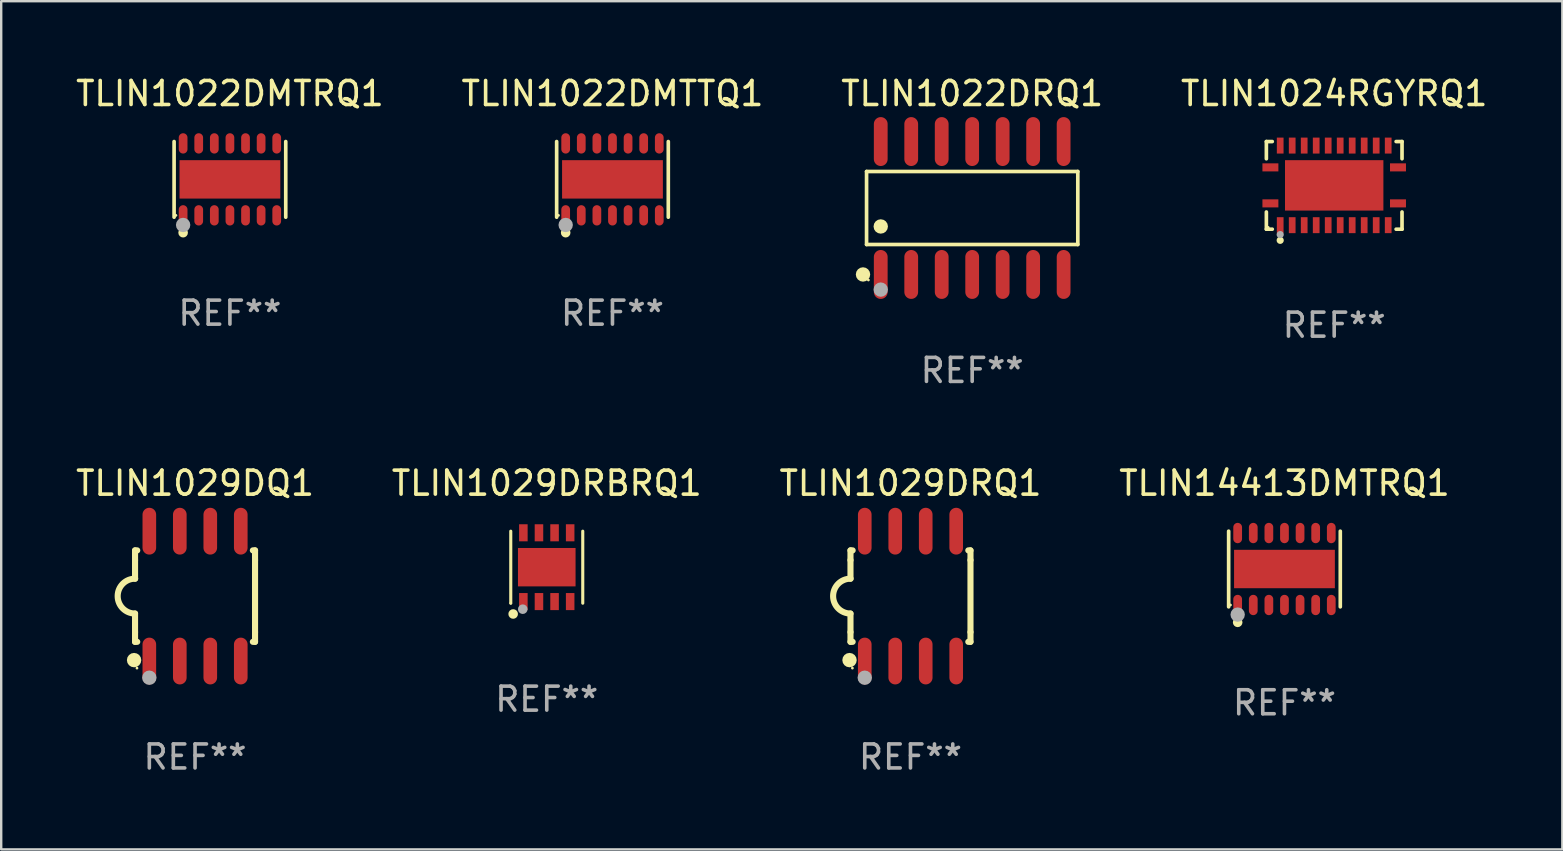
<source format=kicad_pcb>
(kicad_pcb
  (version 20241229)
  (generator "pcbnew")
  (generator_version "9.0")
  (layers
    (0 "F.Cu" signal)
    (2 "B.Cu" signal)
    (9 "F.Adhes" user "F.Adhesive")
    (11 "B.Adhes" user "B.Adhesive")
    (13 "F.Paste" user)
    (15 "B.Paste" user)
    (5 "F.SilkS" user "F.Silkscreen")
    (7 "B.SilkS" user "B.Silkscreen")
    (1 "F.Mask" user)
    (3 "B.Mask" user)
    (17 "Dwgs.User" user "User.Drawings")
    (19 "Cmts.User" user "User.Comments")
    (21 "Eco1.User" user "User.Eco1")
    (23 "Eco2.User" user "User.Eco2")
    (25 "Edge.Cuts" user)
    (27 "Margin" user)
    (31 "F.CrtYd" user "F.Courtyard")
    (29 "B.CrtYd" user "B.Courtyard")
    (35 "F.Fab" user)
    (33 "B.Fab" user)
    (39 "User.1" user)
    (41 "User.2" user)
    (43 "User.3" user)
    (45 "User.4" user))
  (footprint "TLIN14413DMTRQ1"
    (layer "F.Cu")
    (at 50.47 20.659)
    (property "Reference" "TLIN14413DMTRQ1" (at 0 -3.576 0) (layer "F.SilkS") (effects (font (size 1 1) (thickness 0.15))))
    (attr through_hole)
    (fp_line (start -2.326 1.576) (end -2.326 -1.576) (stroke (width 0.152) (type solid)) (layer "F.SilkS"))
    (fp_line (start 2.326 -1.576) (end 2.326 1.576) (stroke (width 0.152) (type solid)) (layer "F.SilkS"))
    (fp_circle (center -2.25 1.5) (end -2.22 1.5) (stroke (width 0.06) (type solid)) (fill no) (layer "F.SilkS"))
    (fp_circle (center -1.95 2.222) (end -1.85 2.222) (stroke (width 0.2) (type solid)) (fill no) (layer "F.SilkS"))
    (fp_circle (center -1.95 1.9) (end -1.8 1.9) (stroke (width 0.3) (type solid)) (fill no) (layer "F.Fab"))
    (fp_text user "REF**" (at 0 5.576 0) (layer "F.Fab") (effects (font (size 1 1) (thickness 0.15))))
    (pad "1" smd oval (at -1.95 1.499) (size 0.364 0.847) (layers "F.Cu" "F.Mask" "F.Paste"))
    (pad "2" smd oval (at -1.3 1.499) (size 0.364 0.847) (layers "F.Cu" "F.Mask" "F.Paste"))
    (pad "3" smd oval (at -0.65 1.499) (size 0.364 0.847) (layers "F.Cu" "F.Mask" "F.Paste"))
    (pad "4" smd oval (at 0 1.499) (size 0.364 0.847) (layers "F.Cu" "F.Mask" "F.Paste"))
    (pad "5" smd oval (at 0.65 1.499) (size 0.364 0.847) (layers "F.Cu" "F.Mask" "F.Paste"))
    (pad "6" smd oval (at 1.3 1.499) (size 0.364 0.847) (layers "F.Cu" "F.Mask" "F.Paste"))
    (pad "7" smd oval (at 1.95 1.499) (size 0.364 0.847) (layers "F.Cu" "F.Mask" "F.Paste"))
    (pad "8" smd oval (at 1.95 -1.499) (size 0.364 0.847) (layers "F.Cu" "F.Mask" "F.Paste"))
    (pad "9" smd oval (at 1.3 -1.499) (size 0.364 0.847) (layers "F.Cu" "F.Mask" "F.Paste"))
    (pad "10" smd oval (at 0.65 -1.499) (size 0.364 0.847) (layers "F.Cu" "F.Mask" "F.Paste"))
    (pad "11" smd oval (at 0 -1.499) (size 0.364 0.847) (layers "F.Cu" "F.Mask" "F.Paste"))
    (pad "12" smd oval (at -0.65 -1.499) (size 0.364 0.847) (layers "F.Cu" "F.Mask" "F.Paste"))
    (pad "13" smd oval (at -1.3 -1.499) (size 0.364 0.847) (layers "F.Cu" "F.Mask" "F.Paste"))
    (pad "14" smd oval (at -1.95 -1.499) (size 0.364 0.847) (layers "F.Cu" "F.Mask" "F.Paste"))
    (pad "15" smd rect (at 0 0) (size 4.2 1.6) (layers "F.Cu" "F.Mask" "F.Paste")))
  (footprint "TLIN1029DQ1"
    (layer "F.Cu")
    (at 5.077 21.788)
    (property "Reference" "TLIN1029DQ1" (at 0 -4.705 0) (layer "F.SilkS") (effects (font (size 1 1) (thickness 0.15))))
    (attr through_hole)
    (fp_line (start -2.5 -1.905) (end -2.409 -1.905) (stroke (width 0.254) (type solid)) (layer "F.SilkS"))
    (fp_line (start -2.5 -1.5) (end -2.5 -1.905) (stroke (width 0.254) (type solid)) (layer "F.SilkS"))
    (fp_line (start -2.5 -1.5) (end -2.5 -0.726) (stroke (width 0.254) (type solid)) (layer "F.SilkS"))
    (fp_line (start -2.5 1.5) (end -2.5 0.727) (stroke (width 0.254) (type solid)) (layer "F.SilkS"))
    (fp_line (start -2.5 1.5) (end -2.5 1.905) (stroke (width 0.254) (type solid)) (layer "F.SilkS"))
    (fp_line (start -2.5 1.905) (end -2.409 1.905) (stroke (width 0.254) (type solid)) (layer "F.SilkS"))
    (fp_line (start 2.5 -1.905) (end 2.409 -1.905) (stroke (width 0.254) (type solid)) (layer "F.SilkS"))
    (fp_line (start 2.5 -1.5) (end 2.5 -1.905) (stroke (width 0.254) (type solid)) (layer "F.SilkS"))
    (fp_line (start 2.5 -1.5) (end 2.5 1.5) (stroke (width 0.254) (type solid)) (layer "F.SilkS"))
    (fp_line (start 2.5 1.5) (end 2.5 1.905) (stroke (width 0.254) (type solid)) (layer "F.SilkS"))
    (fp_line (start 2.5 1.905) (end 2.409 1.905) (stroke (width 0.254) (type solid)) (layer "F.SilkS"))
    (fp_arc (start -2.5 0.726568) (mid -3.220316 -0.0023) (end -2.495097 -0.726289) (stroke (width 0.254001) (type solid)) (layer "F.SilkS"))
    (fp_circle (center -2.54 2.667) (end -2.39 2.667) (stroke (width 0.3) (type solid)) (fill no) (layer "F.SilkS"))
    (fp_circle (center -2.42 3) (end -2.39 3) (stroke (width 0.06) (type solid)) (fill no) (layer "F.SilkS"))
    (fp_circle (center -1.905 3.4) (end -1.755 3.4) (stroke (width 0.3) (type solid)) (fill no) (layer "F.Fab"))
    (fp_text user "REF**" (at 0 6.705 0) (layer "F.Fab") (effects (font (size 1 1) (thickness 0.15))))
    (pad "1" smd oval (at -1.905 2.705) (size 0.568 1.95) (layers "F.Cu" "F.Mask" "F.Paste"))
    (pad "2" smd oval (at -0.635 2.705) (size 0.568 1.95) (layers "F.Cu" "F.Mask" "F.Paste"))
    (pad "3" smd oval (at 0.635 2.705) (size 0.568 1.95) (layers "F.Cu" "F.Mask" "F.Paste"))
    (pad "4" smd oval (at 1.905 2.705) (size 0.568 1.95) (layers "F.Cu" "F.Mask" "F.Paste"))
    (pad "5" smd oval (at 1.905 -2.705) (size 0.568 1.95) (layers "F.Cu" "F.Mask" "F.Paste"))
    (pad "6" smd oval (at 0.635 -2.705) (size 0.568 1.95) (layers "F.Cu" "F.Mask" "F.Paste"))
    (pad "7" smd oval (at -0.635 -2.705) (size 0.568 1.95) (layers "F.Cu" "F.Mask" "F.Paste"))
    (pad "8" smd oval (at -1.905 -2.705) (size 0.568 1.95) (layers "F.Cu" "F.Mask" "F.Paste")))
  (footprint "TLIN1022DMTRQ1"
    (layer "F.Cu")
    (at 6.53 4.424)
    (property "Reference" "TLIN1022DMTRQ1" (at 0 -3.576 0) (layer "F.SilkS") (effects (font (size 1 1) (thickness 0.15))))
    (attr through_hole)
    (fp_line (start -2.326 1.576) (end -2.326 -1.576) (stroke (width 0.152) (type solid)) (layer "F.SilkS"))
    (fp_line (start 2.326 -1.576) (end 2.326 1.576) (stroke (width 0.152) (type solid)) (layer "F.SilkS"))
    (fp_circle (center -2.25 1.5) (end -2.22 1.5) (stroke (width 0.06) (type solid)) (fill no) (layer "F.SilkS"))
    (fp_circle (center -1.95 2.222) (end -1.85 2.222) (stroke (width 0.2) (type solid)) (fill no) (layer "F.SilkS"))
    (fp_circle (center -1.95 1.9) (end -1.8 1.9) (stroke (width 0.3) (type solid)) (fill no) (layer "F.Fab"))
    (fp_text user "REF**" (at 0 5.576 0) (layer "F.Fab") (effects (font (size 1 1) (thickness 0.15))))
    (pad "1" smd oval (at -1.95 1.499) (size 0.364 0.847) (layers "F.Cu" "F.Mask" "F.Paste"))
    (pad "2" smd oval (at -1.3 1.499) (size 0.364 0.847) (layers "F.Cu" "F.Mask" "F.Paste"))
    (pad "3" smd oval (at -0.65 1.499) (size 0.364 0.847) (layers "F.Cu" "F.Mask" "F.Paste"))
    (pad "4" smd oval (at 0 1.499) (size 0.364 0.847) (layers "F.Cu" "F.Mask" "F.Paste"))
    (pad "5" smd oval (at 0.65 1.499) (size 0.364 0.847) (layers "F.Cu" "F.Mask" "F.Paste"))
    (pad "6" smd oval (at 1.3 1.499) (size 0.364 0.847) (layers "F.Cu" "F.Mask" "F.Paste"))
    (pad "7" smd oval (at 1.95 1.499) (size 0.364 0.847) (layers "F.Cu" "F.Mask" "F.Paste"))
    (pad "8" smd oval (at 1.95 -1.499) (size 0.364 0.847) (layers "F.Cu" "F.Mask" "F.Paste"))
    (pad "9" smd oval (at 1.3 -1.499) (size 0.364 0.847) (layers "F.Cu" "F.Mask" "F.Paste"))
    (pad "10" smd oval (at 0.65 -1.499) (size 0.364 0.847) (layers "F.Cu" "F.Mask" "F.Paste"))
    (pad "11" smd oval (at 0 -1.499) (size 0.364 0.847) (layers "F.Cu" "F.Mask" "F.Paste"))
    (pad "12" smd oval (at -0.65 -1.499) (size 0.364 0.847) (layers "F.Cu" "F.Mask" "F.Paste"))
    (pad "13" smd oval (at -1.3 -1.499) (size 0.364 0.847) (layers "F.Cu" "F.Mask" "F.Paste"))
    (pad "14" smd oval (at -1.95 -1.499) (size 0.364 0.847) (layers "F.Cu" "F.Mask" "F.Paste"))
    (pad "15" smd rect (at 0 0) (size 4.2 1.6) (layers "F.Cu" "F.Mask" "F.Paste")))
  (footprint "TLIN1029DRBRQ1"
    (layer "F.Cu")
    (at 19.732 20.583)
    (property "Reference" "TLIN1029DRBRQ1" (at 0 -3.5 0) (layer "F.SilkS") (effects (font (size 1 1) (thickness 0.15))))
    (attr through_hole)
    (fp_line (start -1.5 1.5) (end -1.5 -1.5) (stroke (width 0.129) (type solid)) (layer "F.SilkS"))
    (fp_line (start 1.5 -1.5) (end 1.5 1.5) (stroke (width 0.129) (type solid)) (layer "F.SilkS"))
    (fp_circle (center -1.5 1.5) (end -1.47 1.5) (stroke (width 0.06) (type solid)) (fill no) (layer "F.SilkS"))
    (fp_circle (center -1.4 1.95) (end -1.3 1.95) (stroke (width 0.2) (type solid)) (fill no) (layer "F.SilkS"))
    (fp_circle (center -1 1.75) (end -0.9 1.75) (stroke (width 0.2) (type solid)) (fill no) (layer "F.Fab"))
    (fp_text user "REF**" (at 0 5.5 0) (layer "F.Fab") (effects (font (size 1 1) (thickness 0.15))))
    (pad "1" smd rect (at -0.975 1.433) (size 0.356 0.711) (layers "F.Cu" "F.Mask" "F.Paste"))
    (pad "2" smd rect (at -0.325 1.433) (size 0.356 0.711) (layers "F.Cu" "F.Mask" "F.Paste"))
    (pad "3" smd rect (at 0.325 1.433) (size 0.356 0.711) (layers "F.Cu" "F.Mask" "F.Paste"))
    (pad "4" smd rect (at 0.975 1.433) (size 0.356 0.711) (layers "F.Cu" "F.Mask" "F.Paste"))
    (pad "5" smd rect (at 0.975 -1.433) (size 0.356 0.711) (layers "F.Cu" "F.Mask" "F.Paste"))
    (pad "6" smd rect (at 0.325 -1.433) (size 0.356 0.711) (layers "F.Cu" "F.Mask" "F.Paste"))
    (pad "7" smd rect (at -0.325 -1.433) (size 0.356 0.711) (layers "F.Cu" "F.Mask" "F.Paste"))
    (pad "8" smd rect (at -0.975 -1.433) (size 0.356 0.711) (layers "F.Cu" "F.Mask" "F.Paste"))
    (pad "9" smd rect (at 0 0) (size 2.4 1.6) (layers "F.Cu" "F.Mask" "F.Paste")))
  (footprint "TLIN1022DRQ1"
    (layer "F.Cu")
    (at 37.458 5.617)
    (property "Reference" "TLIN1022DRQ1" (at 0 -4.769 0) (layer "F.SilkS") (effects (font (size 1 1) (thickness 0.15))))
    (attr through_hole)
    (fp_line (start -4.401 -1.521) (end 4.401 -1.521) (stroke (width 0.152) (type solid)) (layer "F.SilkS"))
    (fp_line (start -4.401 1.521) (end -4.401 -1.521) (stroke (width 0.152) (type solid)) (layer "F.SilkS"))
    (fp_line (start 4.401 -1.521) (end 4.401 1.521) (stroke (width 0.152) (type solid)) (layer "F.SilkS"))
    (fp_line (start 4.401 1.521) (end -4.401 1.521) (stroke (width 0.152) (type solid)) (layer "F.SilkS"))
    (fp_circle (center -4.549 2.769) (end -4.399 2.769) (stroke (width 0.3) (type solid)) (fill no) (layer "F.SilkS"))
    (fp_circle (center -4.325 3) (end -4.295 3) (stroke (width 0.06) (type solid)) (fill no) (layer "F.SilkS"))
    (fp_circle (center -3.81 0.769) (end -3.66 0.769) (stroke (width 0.3) (type solid)) (fill no) (layer "F.SilkS"))
    (fp_circle (center -3.81 3.4) (end -3.66 3.4) (stroke (width 0.3) (type solid)) (fill no) (layer "F.Fab"))
    (fp_text user "REF**" (at 0 6.769 0) (layer "F.Fab") (effects (font (size 1 1) (thickness 0.15))))
    (pad "1" smd oval (at -3.81 2.769) (size 0.574 2.038) (layers "F.Cu" "F.Mask" "F.Paste"))
    (pad "2" smd oval (at -2.54 2.769) (size 0.574 2.038) (layers "F.Cu" "F.Mask" "F.Paste"))
    (pad "3" smd oval (at -1.27 2.769) (size 0.574 2.038) (layers "F.Cu" "F.Mask" "F.Paste"))
    (pad "4" smd oval (at 0 2.769) (size 0.574 2.038) (layers "F.Cu" "F.Mask" "F.Paste"))
    (pad "5" smd oval (at 1.27 2.769) (size 0.574 2.038) (layers "F.Cu" "F.Mask" "F.Paste"))
    (pad "6" smd oval (at 2.54 2.769) (size 0.574 2.038) (layers "F.Cu" "F.Mask" "F.Paste"))
    (pad "7" smd oval (at 3.81 2.769) (size 0.574 2.038) (layers "F.Cu" "F.Mask" "F.Paste"))
    (pad "8" smd oval (at 3.81 -2.769) (size 0.574 2.038) (layers "F.Cu" "F.Mask" "F.Paste"))
    (pad "9" smd oval (at 2.54 -2.769) (size 0.574 2.038) (layers "F.Cu" "F.Mask" "F.Paste"))
    (pad "10" smd oval (at 1.27 -2.769) (size 0.574 2.038) (layers "F.Cu" "F.Mask" "F.Paste"))
    (pad "11" smd oval (at 0 -2.769) (size 0.574 2.038) (layers "F.Cu" "F.Mask" "F.Paste"))
    (pad "12" smd oval (at -1.27 -2.769) (size 0.574 2.038) (layers "F.Cu" "F.Mask" "F.Paste"))
    (pad "13" smd oval (at -2.54 -2.769) (size 0.574 2.038) (layers "F.Cu" "F.Mask" "F.Paste"))
    (pad "14" smd oval (at -3.81 -2.769) (size 0.574 2.038) (layers "F.Cu" "F.Mask" "F.Paste")))
  (footprint "TLIN1029DRQ1"
    (layer "F.Cu")
    (at 34.887 21.788)
    (property "Reference" "TLIN1029DRQ1" (at 0 -4.705 0) (layer "F.SilkS") (effects (font (size 1 1) (thickness 0.15))))
    (attr through_hole)
    (fp_line (start -2.5 -1.905) (end -2.409 -1.905) (stroke (width 0.254) (type solid)) (layer "F.SilkS"))
    (fp_line (start -2.5 -1.5) (end -2.5 -1.905) (stroke (width 0.254) (type solid)) (layer "F.SilkS"))
    (fp_line (start -2.5 -1.5) (end -2.5 -0.726) (stroke (width 0.254) (type solid)) (layer "F.SilkS"))
    (fp_line (start -2.5 1.5) (end -2.5 0.727) (stroke (width 0.254) (type solid)) (layer "F.SilkS"))
    (fp_line (start -2.5 1.5) (end -2.5 1.905) (stroke (width 0.254) (type solid)) (layer "F.SilkS"))
    (fp_line (start -2.5 1.905) (end -2.409 1.905) (stroke (width 0.254) (type solid)) (layer "F.SilkS"))
    (fp_line (start 2.5 -1.905) (end 2.409 -1.905) (stroke (width 0.254) (type solid)) (layer "F.SilkS"))
    (fp_line (start 2.5 -1.5) (end 2.5 -1.905) (stroke (width 0.254) (type solid)) (layer "F.SilkS"))
    (fp_line (start 2.5 -1.5) (end 2.5 1.5) (stroke (width 0.254) (type solid)) (layer "F.SilkS"))
    (fp_line (start 2.5 1.5) (end 2.5 1.905) (stroke (width 0.254) (type solid)) (layer "F.SilkS"))
    (fp_line (start 2.5 1.905) (end 2.409 1.905) (stroke (width 0.254) (type solid)) (layer "F.SilkS"))
    (fp_arc (start -2.5 0.726568) (mid -3.220316 -0.0023) (end -2.495097 -0.726289) (stroke (width 0.254001) (type solid)) (layer "F.SilkS"))
    (fp_circle (center -2.54 2.667) (end -2.39 2.667) (stroke (width 0.3) (type solid)) (fill no) (layer "F.SilkS"))
    (fp_circle (center -2.42 3) (end -2.39 3) (stroke (width 0.06) (type solid)) (fill no) (layer "F.SilkS"))
    (fp_circle (center -1.905 3.4) (end -1.755 3.4) (stroke (width 0.3) (type solid)) (fill no) (layer "F.Fab"))
    (fp_text user "REF**" (at 0 6.705 0) (layer "F.Fab") (effects (font (size 1 1) (thickness 0.15))))
    (pad "1" smd oval (at -1.905 2.705) (size 0.568 1.95) (layers "F.Cu" "F.Mask" "F.Paste"))
    (pad "2" smd oval (at -0.635 2.705) (size 0.568 1.95) (layers "F.Cu" "F.Mask" "F.Paste"))
    (pad "3" smd oval (at 0.635 2.705) (size 0.568 1.95) (layers "F.Cu" "F.Mask" "F.Paste"))
    (pad "4" smd oval (at 1.905 2.705) (size 0.568 1.95) (layers "F.Cu" "F.Mask" "F.Paste"))
    (pad "5" smd oval (at 1.905 -2.705) (size 0.568 1.95) (layers "F.Cu" "F.Mask" "F.Paste"))
    (pad "6" smd oval (at 0.635 -2.705) (size 0.568 1.95) (layers "F.Cu" "F.Mask" "F.Paste"))
    (pad "7" smd oval (at -0.635 -2.705) (size 0.568 1.95) (layers "F.Cu" "F.Mask" "F.Paste"))
    (pad "8" smd oval (at -1.905 -2.705) (size 0.568 1.95) (layers "F.Cu" "F.Mask" "F.Paste")))
  (footprint "TLIN1024RGYRQ1"
    (layer "F.Cu")
    (at 52.542 4.674)
    (property "Reference" "TLIN1024RGYRQ1" (at 0 -3.826 0) (layer "F.SilkS") (effects (font (size 1 1) (thickness 0.15))))
    (attr through_hole)
    (fp_line (start -2.826 -1.826) (end -2.58 -1.826) (stroke (width 0.152) (type solid)) (layer "F.SilkS"))
    (fp_line (start -2.826 -1.109) (end -2.826 -1.826) (stroke (width 0.152) (type solid)) (layer "F.SilkS"))
    (fp_line (start -2.826 1.109) (end -2.826 1.826) (stroke (width 0.152) (type solid)) (layer "F.SilkS"))
    (fp_line (start -2.826 1.826) (end -2.58 1.826) (stroke (width 0.152) (type solid)) (layer "F.SilkS"))
    (fp_line (start 2.826 -1.826) (end 2.58 -1.826) (stroke (width 0.152) (type solid)) (layer "F.SilkS"))
    (fp_line (start 2.826 -1.109) (end 2.826 -1.826) (stroke (width 0.152) (type solid)) (layer "F.SilkS"))
    (fp_line (start 2.826 1.109) (end 2.826 1.826) (stroke (width 0.152) (type solid)) (layer "F.SilkS"))
    (fp_line (start 2.826 1.826) (end 2.58 1.826) (stroke (width 0.152) (type solid)) (layer "F.SilkS"))
    (fp_circle (center -2.75 1.75) (end -2.72 1.75) (stroke (width 0.06) (type solid)) (fill no) (layer "F.SilkS"))
    (fp_circle (center -2.25 2.29) (end -2.175 2.29) (stroke (width 0.15) (type solid)) (fill no) (layer "F.SilkS"))
    (fp_circle (center -2.25 2.05) (end -2.175 2.05) (stroke (width 0.15) (type solid)) (fill no) (layer "F.Fab"))
    (fp_text user "REF**" (at 0 5.826 0) (layer "F.Fab") (effects (font (size 1 1) (thickness 0.15))))
    (pad "1" smd rect (at -2.25 1.658) (size 0.28 0.665) (layers "F.Cu" "F.Mask" "F.Paste"))
    (pad "2" smd rect (at -1.75 1.658) (size 0.28 0.665) (layers "F.Cu" "F.Mask" "F.Paste"))
    (pad "3" smd rect (at -1.25 1.658) (size 0.28 0.665) (layers "F.Cu" "F.Mask" "F.Paste"))
    (pad "4" smd rect (at -0.75 1.658) (size 0.28 0.665) (layers "F.Cu" "F.Mask" "F.Paste"))
    (pad "5" smd rect (at -0.25 1.658) (size 0.28 0.665) (layers "F.Cu" "F.Mask" "F.Paste"))
    (pad "6" smd rect (at 0.25 1.658) (size 0.28 0.665) (layers "F.Cu" "F.Mask" "F.Paste"))
    (pad "7" smd rect (at 0.75 1.658) (size 0.28 0.665) (layers "F.Cu" "F.Mask" "F.Paste"))
    (pad "8" smd rect (at 1.25 1.658) (size 0.28 0.665) (layers "F.Cu" "F.Mask" "F.Paste"))
    (pad "9" smd rect (at 1.75 1.658) (size 0.28 0.665) (layers "F.Cu" "F.Mask" "F.Paste"))
    (pad "10" smd rect (at 2.25 1.658) (size 0.28 0.665) (layers "F.Cu" "F.Mask" "F.Paste"))
    (pad "11" smd rect (at 2.658 0.75) (size 0.665 0.336) (layers "F.Cu" "F.Mask" "F.Paste"))
    (pad "12" smd rect (at 2.658 -0.75) (size 0.665 0.336) (layers "F.Cu" "F.Mask" "F.Paste"))
    (pad "13" smd rect (at 2.25 -1.658) (size 0.28 0.665) (layers "F.Cu" "F.Mask" "F.Paste"))
    (pad "14" smd rect (at 1.75 -1.658) (size 0.28 0.665) (layers "F.Cu" "F.Mask" "F.Paste"))
    (pad "15" smd rect (at 1.25 -1.658) (size 0.28 0.665) (layers "F.Cu" "F.Mask" "F.Paste"))
    (pad "16" smd rect (at 0.75 -1.658) (size 0.28 0.665) (layers "F.Cu" "F.Mask" "F.Paste"))
    (pad "17" smd rect (at 0.25 -1.658) (size 0.28 0.665) (layers "F.Cu" "F.Mask" "F.Paste"))
    (pad "18" smd rect (at -0.25 -1.658) (size 0.28 0.665) (layers "F.Cu" "F.Mask" "F.Paste"))
    (pad "19" smd rect (at -0.75 -1.658) (size 0.28 0.665) (layers "F.Cu" "F.Mask" "F.Paste"))
    (pad "20" smd rect (at -1.25 -1.658) (size 0.28 0.665) (layers "F.Cu" "F.Mask" "F.Paste"))
    (pad "21" smd rect (at -1.75 -1.658) (size 0.28 0.665) (layers "F.Cu" "F.Mask" "F.Paste"))
    (pad "22" smd rect (at -2.25 -1.658) (size 0.28 0.665) (layers "F.Cu" "F.Mask" "F.Paste"))
    (pad "23" smd rect (at -2.658 -0.75) (size 0.665 0.336) (layers "F.Cu" "F.Mask" "F.Paste"))
    (pad "24" smd rect (at -2.658 0.75) (size 0.665 0.336) (layers "F.Cu" "F.Mask" "F.Paste"))
    (pad "25" smd rect (at 0 0) (size 4.1 2.1) (layers "F.Cu" "F.Mask" "F.Paste")))
  (footprint "TLIN1022DMTTQ1"
    (layer "F.Cu")
    (at 22.47 4.424)
    (property "Reference" "TLIN1022DMTTQ1" (at 0 -3.576 0) (layer "F.SilkS") (effects (font (size 1 1) (thickness 0.15))))
    (attr through_hole)
    (fp_line (start -2.326 1.576) (end -2.326 -1.576) (stroke (width 0.152) (type solid)) (layer "F.SilkS"))
    (fp_line (start 2.326 -1.576) (end 2.326 1.576) (stroke (width 0.152) (type solid)) (layer "F.SilkS"))
    (fp_circle (center -2.25 1.5) (end -2.22 1.5) (stroke (width 0.06) (type solid)) (fill no) (layer "F.SilkS"))
    (fp_circle (center -1.95 2.222) (end -1.85 2.222) (stroke (width 0.2) (type solid)) (fill no) (layer "F.SilkS"))
    (fp_circle (center -1.95 1.9) (end -1.8 1.9) (stroke (width 0.3) (type solid)) (fill no) (layer "F.Fab"))
    (fp_text user "REF**" (at 0 5.576 0) (layer "F.Fab") (effects (font (size 1 1) (thickness 0.15))))
    (pad "1" smd oval (at -1.95 1.499) (size 0.364 0.847) (layers "F.Cu" "F.Mask" "F.Paste"))
    (pad "2" smd oval (at -1.3 1.499) (size 0.364 0.847) (layers "F.Cu" "F.Mask" "F.Paste"))
    (pad "3" smd oval (at -0.65 1.499) (size 0.364 0.847) (layers "F.Cu" "F.Mask" "F.Paste"))
    (pad "4" smd oval (at 0 1.499) (size 0.364 0.847) (layers "F.Cu" "F.Mask" "F.Paste"))
    (pad "5" smd oval (at 0.65 1.499) (size 0.364 0.847) (layers "F.Cu" "F.Mask" "F.Paste"))
    (pad "6" smd oval (at 1.3 1.499) (size 0.364 0.847) (layers "F.Cu" "F.Mask" "F.Paste"))
    (pad "7" smd oval (at 1.95 1.499) (size 0.364 0.847) (layers "F.Cu" "F.Mask" "F.Paste"))
    (pad "8" smd oval (at 1.95 -1.499) (size 0.364 0.847) (layers "F.Cu" "F.Mask" "F.Paste"))
    (pad "9" smd oval (at 1.3 -1.499) (size 0.364 0.847) (layers "F.Cu" "F.Mask" "F.Paste"))
    (pad "10" smd oval (at 0.65 -1.499) (size 0.364 0.847) (layers "F.Cu" "F.Mask" "F.Paste"))
    (pad "11" smd oval (at 0 -1.499) (size 0.364 0.847) (layers "F.Cu" "F.Mask" "F.Paste"))
    (pad "12" smd oval (at -0.65 -1.499) (size 0.364 0.847) (layers "F.Cu" "F.Mask" "F.Paste"))
    (pad "13" smd oval (at -1.3 -1.499) (size 0.364 0.847) (layers "F.Cu" "F.Mask" "F.Paste"))
    (pad "14" smd oval (at -1.95 -1.499) (size 0.364 0.847) (layers "F.Cu" "F.Mask" "F.Paste"))
    (pad "15" smd rect (at 0 0) (size 4.2 1.6) (layers "F.Cu" "F.Mask" "F.Paste")))
  (gr_rect
    (start -3 -3)
    (end 62.048 32.341)
    (stroke (width 0.1) (type default))
    (fill no)
    (layer "Edge.Cuts")))
</source>
